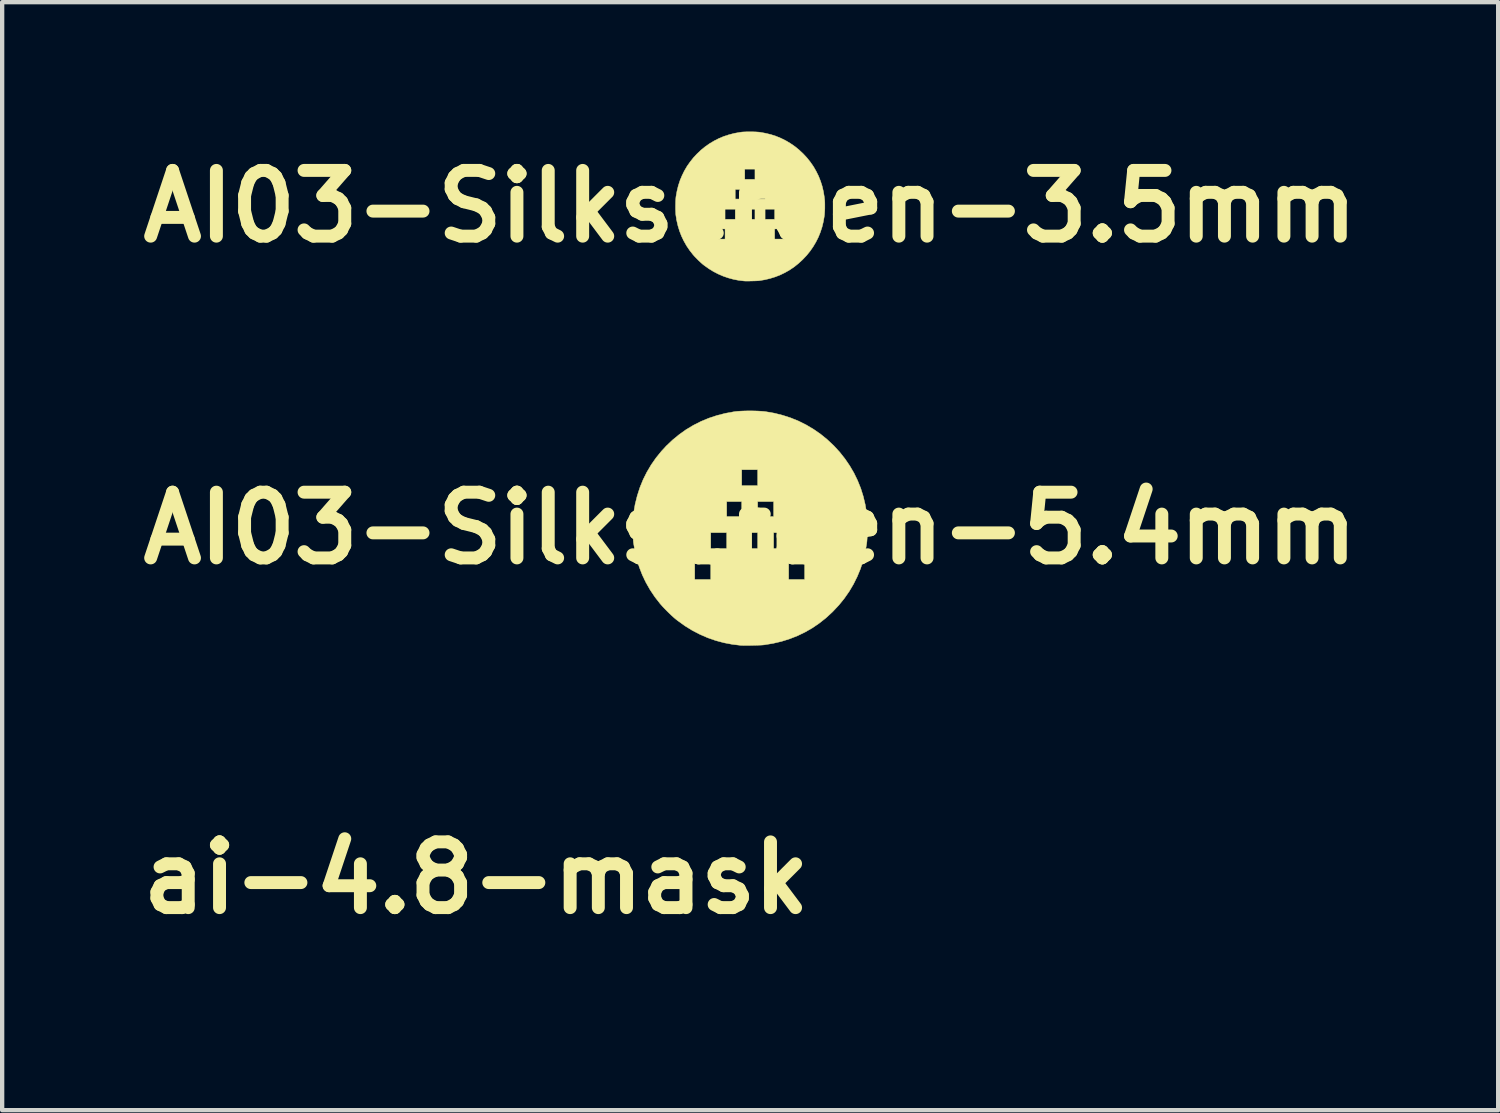
<source format=kicad_pcb>
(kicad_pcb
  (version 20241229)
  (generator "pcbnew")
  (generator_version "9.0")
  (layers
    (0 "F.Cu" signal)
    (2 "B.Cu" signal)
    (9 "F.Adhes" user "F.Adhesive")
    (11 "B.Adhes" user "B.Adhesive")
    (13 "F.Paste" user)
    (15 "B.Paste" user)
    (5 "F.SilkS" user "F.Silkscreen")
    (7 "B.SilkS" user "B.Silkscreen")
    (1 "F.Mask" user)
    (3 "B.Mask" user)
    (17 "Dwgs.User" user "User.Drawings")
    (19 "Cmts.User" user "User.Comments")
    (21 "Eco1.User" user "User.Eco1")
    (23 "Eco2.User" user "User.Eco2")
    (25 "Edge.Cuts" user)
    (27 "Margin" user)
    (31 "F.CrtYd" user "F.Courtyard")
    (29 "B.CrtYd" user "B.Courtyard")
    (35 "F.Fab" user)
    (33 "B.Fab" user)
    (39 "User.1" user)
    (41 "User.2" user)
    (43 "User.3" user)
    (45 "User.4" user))
  (footprint "AI03-Silkscreen-3.5mm"
    (layer "F.Cu")
    (at 14.34 1.735)
    (property "Reference" "AI03-Silkscreen-3.5mm" (at 0 0 0) (layer "F.SilkS") (effects (font (size 1.524 1.524) (thickness 0.3))))
    (attr through_hole)
    (fp_poly (pts (xy 0.065 -1.729) (xy 0.116 -1.728) (xy 0.162 -1.725) (xy 0.203 -1.722) (xy 0.229 -1.719) (xy 0.356 -1.696) (xy 0.48 -1.666) (xy 0.6 -1.627) (xy 0.716 -1.579) (xy 0.827 -1.524) (xy 0.934 -1.46) (xy 1.037 -1.389) (xy 1.135 -1.309) (xy 1.228 -1.222) (xy 1.232 -1.218) (xy 1.318 -1.125) (xy 1.397 -1.026) (xy 1.468 -0.923) (xy 1.53 -0.815) (xy 1.585 -0.704) (xy 1.631 -0.588) (xy 1.669 -0.469) (xy 1.698 -0.346) (xy 1.719 -0.219) (xy 1.728 -0.139) (xy 1.73 -0.101) (xy 1.731 -0.056) (xy 1.731 -0.006) (xy 1.731 0.046) (xy 1.729 0.097) (xy 1.726 0.147) (xy 1.723 0.192) (xy 1.718 0.23) (xy 1.718 0.231) (xy 1.696 0.357) (xy 1.666 0.48) (xy 1.627 0.599) (xy 1.58 0.715) (xy 1.524 0.826) (xy 1.46 0.934) (xy 1.389 1.036) (xy 1.309 1.135) (xy 1.221 1.228) (xy 1.209 1.24) (xy 1.115 1.326) (xy 1.017 1.404) (xy 0.915 1.473) (xy 0.808 1.534) (xy 0.697 1.588) (xy 0.582 1.633) (xy 0.462 1.67) (xy 0.337 1.7) (xy 0.21 1.721) (xy 0.193 1.723) (xy 0.168 1.724) (xy 0.137 1.726) (xy 0.101 1.727) (xy 0.063 1.728) (xy 0.024 1.729) (xy -0.015 1.73) (xy -0.051 1.73) (xy -0.084 1.73) (xy -0.112 1.73) (xy -0.132 1.729) (xy -0.136 1.729) (xy -0.263 1.714) (xy -0.387 1.69) (xy -0.508 1.657) (xy -0.627 1.616) (xy -0.742 1.566) (xy -0.854 1.508) (xy -0.962 1.441) (xy -1.067 1.366) (xy -1.092 1.347) (xy -1.121 1.322) (xy -1.154 1.292) (xy -1.19 1.259) (xy -1.226 1.223) (xy -1.261 1.187) (xy -1.294 1.153) (xy -1.321 1.122) (xy -1.327 1.115) (xy -1.406 1.014) (xy -1.476 0.91) (xy -1.537 0.802) (xy -1.591 0.69) (xy -1.636 0.574) (xy -1.652 0.522) (xy -0.817 0.522) (xy -0.817 0.757) (xy -0.582 0.757) (xy -0.582 0.522) (xy 0.568 0.522) (xy 0.568 0.757) (xy 0.804 0.757) (xy 0.804 0.522) (xy 0.568 0.522) (xy -0.582 0.522) (xy -0.817 0.522) (xy -1.652 0.522) (xy -1.673 0.454) (xy -1.702 0.329) (xy -1.721 0.212) (xy -1.725 0.178) (xy -1.727 0.137) (xy -1.729 0.09) (xy -1.73 0.065) (xy -0.582 0.065) (xy -0.582 0.3) (xy -0.346 0.3) (xy -0.346 0.065) (xy -0.125 0.065) (xy -0.125 0.3) (xy 0.111 0.3) (xy 0.111 0.065) (xy 0.346 0.065) (xy 0.346 0.3) (xy 0.568 0.3) (xy 0.568 0.065) (xy 0.346 0.065) (xy 0.111 0.065) (xy -0.125 0.065) (xy -0.346 0.065) (xy -0.582 0.065) (xy -1.73 0.065) (xy -1.73 0.039) (xy -1.73 -0.013) (xy -1.729 -0.066) (xy -1.728 -0.116) (xy -1.725 -0.162) (xy -1.722 -0.203) (xy -1.719 -0.229) (xy -1.696 -0.356) (xy -1.687 -0.393) (xy -0.346 -0.393) (xy -0.346 -0.171) (xy -0.125 -0.171) (xy -0.125 -0.393) (xy 0.111 -0.393) (xy 0.111 -0.171) (xy 0.346 -0.171) (xy 0.346 -0.393) (xy 0.111 -0.393) (xy -0.125 -0.393) (xy -0.346 -0.393) (xy -1.687 -0.393) (xy -1.666 -0.479) (xy -1.627 -0.599) (xy -1.579 -0.715) (xy -1.524 -0.827) (xy -1.502 -0.864) (xy -0.125 -0.864) (xy -0.125 -0.628) (xy 0.111 -0.628) (xy 0.111 -0.864) (xy -0.125 -0.864) (xy -1.502 -0.864) (xy -1.461 -0.934) (xy -1.389 -1.036) (xy -1.311 -1.134) (xy -1.236 -1.214) (xy -1.143 -1.303) (xy -1.045 -1.383) (xy -0.943 -1.455) (xy -0.836 -1.519) (xy -0.726 -1.575) (xy -0.611 -1.623) (xy -0.491 -1.662) (xy -0.367 -1.694) (xy -0.239 -1.717) (xy -0.212 -1.721) (xy -0.178 -1.725) (xy -0.137 -1.727) (xy -0.09 -1.729) (xy -0.039 -1.73) (xy 0.013 -1.73) (xy 0.065 -1.729)) (stroke (width 0.01) (type solid)) (fill yes) (layer "F.SilkS")))
  (footprint "AI03-Silkscreen-5.4mm"
    (layer "F.Cu")
    (at 14.34 9.194)
    (property "Reference" "AI03-Silkscreen-5.4mm" (at 0 0 0) (layer "F.SilkS") (effects (font (size 1.524 1.524) (thickness 0.3))))
    (attr through_hole)
    (fp_poly (pts (xy 0.103 -2.718) (xy 0.182 -2.715) (xy 0.255 -2.711) (xy 0.319 -2.706) (xy 0.359 -2.701) (xy 0.56 -2.666) (xy 0.754 -2.617) (xy 0.942 -2.556) (xy 1.124 -2.482) (xy 1.3 -2.394) (xy 1.468 -2.294) (xy 1.63 -2.182) (xy 1.784 -2.057) (xy 1.93 -1.92) (xy 1.936 -1.915) (xy 2.072 -1.767) (xy 2.195 -1.612) (xy 2.306 -1.45) (xy 2.405 -1.281) (xy 2.49 -1.106) (xy 2.563 -0.925) (xy 2.622 -0.737) (xy 2.668 -0.543) (xy 2.701 -0.344) (xy 2.715 -0.218) (xy 2.719 -0.158) (xy 2.72 -0.088) (xy 2.721 -0.01) (xy 2.719 0.072) (xy 2.717 0.153) (xy 2.712 0.231) (xy 2.707 0.302) (xy 2.7 0.362) (xy 2.7 0.363) (xy 2.666 0.561) (xy 2.618 0.754) (xy 2.557 0.942) (xy 2.482 1.123) (xy 2.395 1.298) (xy 2.295 1.467) (xy 2.182 1.629) (xy 2.057 1.783) (xy 1.919 1.93) (xy 1.9 1.949) (xy 1.753 2.084) (xy 1.598 2.206) (xy 1.438 2.315) (xy 1.27 2.411) (xy 1.096 2.495) (xy 0.915 2.566) (xy 0.726 2.625) (xy 0.53 2.671) (xy 0.33 2.704) (xy 0.303 2.707) (xy 0.263 2.71) (xy 0.215 2.712) (xy 0.159 2.714) (xy 0.099 2.716) (xy 0.038 2.717) (xy -0.023 2.719) (xy -0.081 2.719) (xy -0.132 2.719) (xy -0.175 2.718) (xy -0.208 2.717) (xy -0.214 2.717) (xy -0.413 2.693) (xy -0.608 2.656) (xy -0.798 2.605) (xy -0.985 2.54) (xy -1.166 2.461) (xy -1.342 2.37) (xy -1.512 2.265) (xy -1.676 2.147) (xy -1.716 2.116) (xy -1.762 2.078) (xy -1.814 2.031) (xy -1.87 1.978) (xy -1.927 1.922) (xy -1.982 1.866) (xy -2.033 1.812) (xy -2.076 1.763) (xy -2.086 1.752) (xy -2.209 1.594) (xy -2.319 1.43) (xy -2.416 1.26) (xy -2.5 1.084) (xy -2.571 0.902) (xy -2.596 0.82) (xy -1.285 0.82) (xy -1.285 1.19) (xy -0.914 1.19) (xy -0.914 0.82) (xy 0.893 0.82) (xy 0.893 1.19) (xy 1.263 1.19) (xy 1.263 0.82) (xy 0.893 0.82) (xy -0.914 0.82) (xy -1.285 0.82) (xy -2.596 0.82) (xy -2.629 0.713) (xy -2.674 0.517) (xy -2.705 0.334) (xy -2.71 0.28) (xy -2.714 0.215) (xy -2.717 0.141) (xy -2.718 0.102) (xy -0.914 0.102) (xy -0.914 0.472) (xy -0.544 0.472) (xy -0.544 0.102) (xy -0.196 0.102) (xy -0.196 0.472) (xy 0.174 0.472) (xy 0.174 0.102) (xy 0.544 0.102) (xy 0.544 0.472) (xy 0.893 0.472) (xy 0.893 0.102) (xy 0.544 0.102) (xy 0.174 0.102) (xy -0.196 0.102) (xy -0.544 0.102) (xy -0.914 0.102) (xy -2.718 0.102) (xy -2.719 0.061) (xy -2.719 -0.021) (xy -2.718 -0.103) (xy -2.715 -0.182) (xy -2.711 -0.255) (xy -2.706 -0.319) (xy -2.701 -0.359) (xy -2.666 -0.559) (xy -2.651 -0.617) (xy -0.544 -0.617) (xy -0.544 -0.269) (xy -0.196 -0.269) (xy -0.196 -0.617) (xy 0.174 -0.617) (xy 0.174 -0.269) (xy 0.544 -0.269) (xy 0.544 -0.617) (xy 0.174 -0.617) (xy -0.196 -0.617) (xy -0.544 -0.617) (xy -2.651 -0.617) (xy -2.617 -0.753) (xy -2.556 -0.942) (xy -2.482 -1.124) (xy -2.395 -1.299) (xy -2.36 -1.357) (xy -0.196 -1.357) (xy -0.196 -0.987) (xy 0.174 -0.987) (xy 0.174 -1.357) (xy -0.196 -1.357) (xy -2.36 -1.357) (xy -2.295 -1.468) (xy -2.183 -1.629) (xy -2.059 -1.782) (xy -1.943 -1.908) (xy -1.796 -2.047) (xy -1.642 -2.173) (xy -1.482 -2.287) (xy -1.314 -2.387) (xy -1.14 -2.475) (xy -0.959 -2.55) (xy -0.772 -2.612) (xy -0.577 -2.662) (xy -0.375 -2.699) (xy -0.334 -2.705) (xy -0.28 -2.71) (xy -0.215 -2.714) (xy -0.141 -2.717) (xy -0.062 -2.719) (xy 0.021 -2.719) (xy 0.103 -2.718)) (stroke (width 0.01) (type solid)) (fill yes) (layer "F.SilkS")))
  (footprint "ai-4.8-mask"
    (layer "F.Cu")
    (at 7.99 17.301)
    (property "Reference" "ai-4.8-mask" (at 0 0 0) (layer "F.SilkS") (effects (font (size 1.524 1.524) (thickness 0.3))))
    (attr through_hole)
    (fp_poly (pts (xy -0.8 1.041) (xy -1.124 1.041) (xy -1.124 0.718) (xy -0.8 0.718) (xy -0.8 1.041)) (stroke (width 0.01) (type solid)) (fill yes) (layer "F.Mask"))
    (fp_poly (pts (xy -0.476 0.413) (xy -0.8 0.413) (xy -0.8 0.089) (xy -0.476 0.089) (xy -0.476 0.413)) (stroke (width 0.01) (type solid)) (fill yes) (layer "F.Mask"))
    (fp_poly (pts (xy -0.171 -0.235) (xy -0.476 -0.235) (xy -0.476 -0.54) (xy -0.171 -0.54) (xy -0.171 -0.235)) (stroke (width 0.01) (type solid)) (fill yes) (layer "F.Mask"))
    (fp_poly (pts (xy 0.152 -0.864) (xy -0.171 -0.864) (xy -0.171 -1.187) (xy 0.152 -1.187) (xy 0.152 -0.864)) (stroke (width 0.01) (type solid)) (fill yes) (layer "F.Mask"))
    (fp_poly (pts (xy 0.152 0.413) (xy -0.171 0.413) (xy -0.171 0.089) (xy 0.152 0.089) (xy 0.152 0.413)) (stroke (width 0.01) (type solid)) (fill yes) (layer "F.Mask"))
    (fp_poly (pts (xy 0.476 -0.235) (xy 0.152 -0.235) (xy 0.152 -0.54) (xy 0.476 -0.54) (xy 0.476 -0.235)) (stroke (width 0.01) (type solid)) (fill yes) (layer "F.Mask"))
    (fp_poly (pts (xy 0.781 0.413) (xy 0.476 0.413) (xy 0.476 0.089) (xy 0.781 0.089) (xy 0.781 0.413)) (stroke (width 0.01) (type solid)) (fill yes) (layer "F.Mask"))
    (fp_poly (pts (xy 1.105 1.041) (xy 0.781 1.041) (xy 0.781 0.718) (xy 1.105 0.718) (xy 1.105 1.041)) (stroke (width 0.01) (type solid)) (fill yes) (layer "F.Mask"))
    (fp_poly (pts (xy 0.003 -2.378) (xy 0.102 -2.376) (xy 0.192 -2.373) (xy 0.274 -2.367) (xy 0.351 -2.359) (xy 0.427 -2.347) (xy 0.503 -2.331) (xy 0.582 -2.312) (xy 0.618 -2.302) (xy 0.785 -2.25) (xy 0.947 -2.186) (xy 1.103 -2.112) (xy 1.252 -2.027) (xy 1.394 -1.932) (xy 1.516 -1.837) (xy 1.642 -1.725) (xy 1.76 -1.603) (xy 1.869 -1.474) (xy 1.969 -1.339) (xy 2.059 -1.197) (xy 2.138 -1.05) (xy 2.206 -0.899) (xy 2.263 -0.744) (xy 2.302 -0.61) (xy 2.329 -0.498) (xy 2.349 -0.392) (xy 2.364 -0.289) (xy 2.373 -0.183) (xy 2.379 -0.071) (xy 2.379 -0.051) (xy 2.377 0.124) (xy 2.363 0.296) (xy 2.336 0.465) (xy 2.296 0.631) (xy 2.245 0.794) (xy 2.193 0.925) (xy 2.171 0.977) (xy 2.152 1.021) (xy 2.134 1.058) (xy 2.117 1.092) (xy 2.099 1.127) (xy 2.078 1.164) (xy 2.054 1.203) (xy 1.959 1.352) (xy 1.855 1.492) (xy 1.742 1.623) (xy 1.62 1.744) (xy 1.489 1.857) (xy 1.349 1.961) (xy 1.203 2.054) (xy 1.161 2.079) (xy 1.124 2.1) (xy 1.09 2.118) (xy 1.056 2.135) (xy 1.018 2.153) (xy 0.974 2.172) (xy 0.925 2.193) (xy 0.848 2.225) (xy 0.777 2.251) (xy 0.708 2.274) (xy 0.634 2.295) (xy 0.568 2.311) (xy 0.437 2.34) (xy 0.311 2.36) (xy 0.188 2.374) (xy 0.063 2.38) (xy -0.01 2.38) (xy -0.051 2.38) (xy -0.089 2.379) (xy -0.123 2.378) (xy -0.148 2.378) (xy -0.164 2.377) (xy -0.165 2.377) (xy -0.338 2.358) (xy -0.508 2.327) (xy -0.675 2.284) (xy -0.838 2.229) (xy -0.996 2.163) (xy -1.148 2.087) (xy -1.294 1.999) (xy -1.415 1.915) (xy -1.553 1.804) (xy -1.682 1.686) (xy -1.8 1.559) (xy -1.909 1.425) (xy -2.007 1.284) (xy -2.095 1.136) (xy -2.171 0.981) (xy -2.237 0.82) (xy -2.292 0.653) (xy -2.302 0.618) (xy -2.323 0.537) (xy -2.34 0.46) (xy -2.354 0.384) (xy -2.364 0.308) (xy -2.371 0.228) (xy -2.375 0.143) (xy -2.377 0.048) (xy -2.378 0.003) (xy -2.377 -0.041) (xy -1.951 -0.041) (xy -1.951 0.023) (xy -1.95 0.087) (xy -1.947 0.147) (xy -1.944 0.2) (xy -1.941 0.229) (xy -1.915 0.386) (xy -1.878 0.54) (xy -1.829 0.688) (xy -1.768 0.831) (xy -1.696 0.969) (xy -1.613 1.101) (xy -1.519 1.228) (xy -1.414 1.347) (xy -1.396 1.366) (xy -1.288 1.467) (xy -1.172 1.562) (xy -1.048 1.647) (xy -0.92 1.722) (xy -0.883 1.741) (xy -0.824 1.771) (xy -0.772 1.795) (xy -0.723 1.815) (xy -0.675 1.833) (xy -0.624 1.851) (xy -0.572 1.867) (xy -0.42 1.906) (xy -0.272 1.934) (xy -0.125 1.949) (xy 0.022 1.953) (xy 0.169 1.946) (xy 0.222 1.94) (xy 0.372 1.917) (xy 0.516 1.883) (xy 0.655 1.839) (xy 0.793 1.783) (xy 0.87 1.746) (xy 1.007 1.672) (xy 1.134 1.589) (xy 1.254 1.497) (xy 1.365 1.396) (xy 1.469 1.285) (xy 1.567 1.163) (xy 1.654 1.039) (xy 1.674 1.006) (xy 1.697 0.964) (xy 1.722 0.916) (xy 1.748 0.866) (xy 1.773 0.815) (xy 1.795 0.768) (xy 1.814 0.726) (xy 1.825 0.699) (xy 1.875 0.545) (xy 1.913 0.391) (xy 1.938 0.236) (xy 1.951 0.082) (xy 1.952 -0.073) (xy 1.94 -0.227) (xy 1.916 -0.379) (xy 1.908 -0.416) (xy 1.881 -0.525) (xy 1.85 -0.626) (xy 1.814 -0.723) (xy 1.771 -0.821) (xy 1.741 -0.883) (xy 1.666 -1.018) (xy 1.581 -1.147) (xy 1.485 -1.268) (xy 1.381 -1.381) (xy 1.268 -1.486) (xy 1.146 -1.581) (xy 1.018 -1.667) (xy 0.882 -1.743) (xy 0.767 -1.797) (xy 0.629 -1.85) (xy 0.491 -1.892) (xy 0.351 -1.922) (xy 0.207 -1.942) (xy 0.057 -1.951) (xy 0.006 -1.952) (xy -0.152 -1.946) (xy -0.305 -1.93) (xy -0.454 -1.902) (xy -0.599 -1.862) (xy -0.74 -1.81) (xy -0.879 -1.746) (xy -1.016 -1.67) (xy -1.097 -1.618) (xy -1.208 -1.537) (xy -1.315 -1.445) (xy -1.417 -1.345) (xy -1.512 -1.237) (xy -1.599 -1.124) (xy -1.677 -1.006) (xy -1.744 -0.885) (xy -1.771 -0.827) (xy -1.82 -0.711) (xy -1.861 -0.6) (xy -1.893 -0.489) (xy -1.918 -0.377) (xy -1.937 -0.258) (xy -1.944 -0.203) (xy -1.948 -0.157) (xy -1.95 -0.102) (xy -1.951 -0.041) (xy -2.377 -0.041) (xy -2.376 -0.111) (xy -2.371 -0.216) (xy -2.363 -0.314) (xy -2.35 -0.407) (xy -2.333 -0.499) (xy -2.31 -0.591) (xy -2.282 -0.687) (xy -2.248 -0.79) (xy -2.236 -0.826) (xy -2.173 -0.981) (xy -2.099 -1.132) (xy -2.013 -1.277) (xy -1.916 -1.417) (xy -1.808 -1.551) (xy -1.689 -1.679) (xy -1.559 -1.801) (xy -1.474 -1.873) (xy -1.405 -1.926) (xy -1.327 -1.98) (xy -1.243 -2.033) (xy -1.155 -2.085) (xy -1.066 -2.132) (xy -0.98 -2.174) (xy -0.975 -2.177) (xy -0.919 -2.201) (xy -0.854 -2.226) (xy -0.783 -2.251) (xy -0.711 -2.275) (xy -0.64 -2.296) (xy -0.574 -2.315) (xy -0.549 -2.321) (xy -0.474 -2.337) (xy -0.403 -2.351) (xy -0.333 -2.361) (xy -0.26 -2.369) (xy -0.184 -2.374) (xy -0.1 -2.377) (xy -0.006 -2.378) (xy 0.003 -2.378)) (stroke (width 0.01) (type solid)) (fill yes) (layer "F.Mask")))
  (gr_rect
    (start -3 -3)
    (end 31.68 22.686)
    (stroke (width 0.1) (type default))
    (fill no)
    (layer "Edge.Cuts")))
</source>
